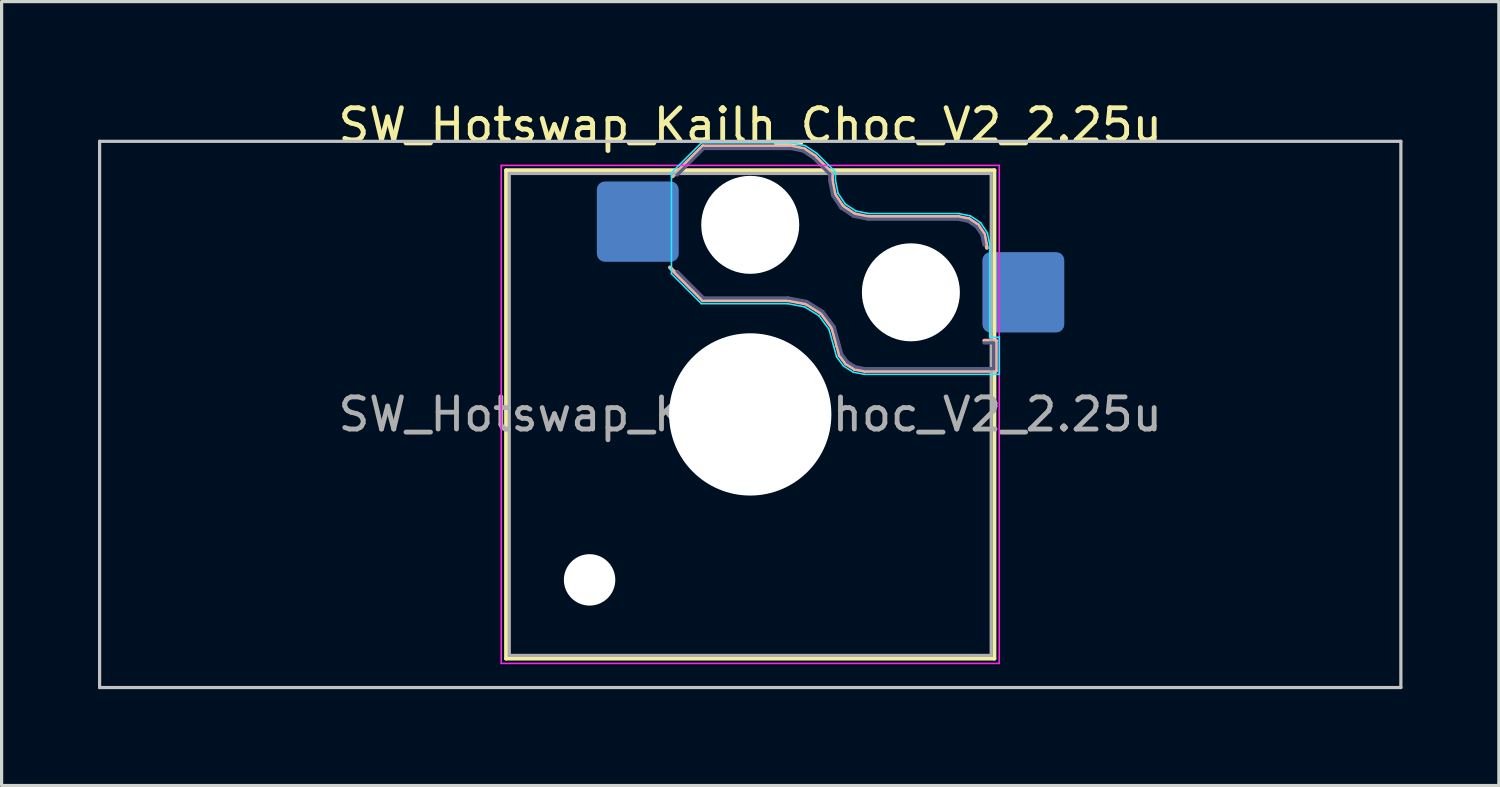
<source format=kicad_pcb>
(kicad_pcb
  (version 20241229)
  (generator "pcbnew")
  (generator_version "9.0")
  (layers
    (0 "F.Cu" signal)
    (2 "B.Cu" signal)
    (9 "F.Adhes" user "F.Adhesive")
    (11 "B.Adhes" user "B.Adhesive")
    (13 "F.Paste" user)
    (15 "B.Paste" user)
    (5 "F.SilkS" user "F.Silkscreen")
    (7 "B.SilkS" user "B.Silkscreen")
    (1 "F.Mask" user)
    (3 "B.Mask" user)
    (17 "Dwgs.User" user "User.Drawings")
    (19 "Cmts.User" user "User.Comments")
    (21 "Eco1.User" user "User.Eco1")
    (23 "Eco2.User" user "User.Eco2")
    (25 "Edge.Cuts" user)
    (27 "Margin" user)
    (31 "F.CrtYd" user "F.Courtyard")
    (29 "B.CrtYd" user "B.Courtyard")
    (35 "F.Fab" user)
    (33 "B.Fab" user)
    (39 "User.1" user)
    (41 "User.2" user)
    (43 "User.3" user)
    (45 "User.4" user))
  (footprint "SW_Hotswap_Kailh_Choc_V2_2.25u"
    (layer "F.Cu")
    (at 20.3 9.848)
    (property "Reference" "SW_Hotswap_Kailh_Choc_V2_2.25u" (at 0 -9 0) (layer "F.SilkS") (effects (font (size 1 1) (thickness 0.15))))
    (attr smd)
    (fp_line (start -7.6 -7.6) (end -7.6 7.6) (stroke (width 0.12) (type solid)) (layer "F.SilkS"))
    (fp_line (start -7.6 7.6) (end 7.6 7.6) (stroke (width 0.12) (type solid)) (layer "F.SilkS"))
    (fp_line (start 7.6 -7.6) (end -7.6 -7.6) (stroke (width 0.12) (type solid)) (layer "F.SilkS"))
    (fp_line (start 7.6 7.6) (end 7.6 -7.6) (stroke (width 0.12) (type solid)) (layer "F.SilkS"))
    (fp_line (start -2.416 -7.409) (end -1.479 -8.346) (stroke (width 0.12) (type solid)) (layer "B.SilkS"))
    (fp_line (start -1.479 -8.346) (end 1.268 -8.346) (stroke (width 0.12) (type solid)) (layer "B.SilkS"))
    (fp_line (start -1.479 -3.554) (end -2.5 -4.575) (stroke (width 0.12) (type solid)) (layer "B.SilkS"))
    (fp_line (start 1.168 -3.554) (end -1.479 -3.554) (stroke (width 0.12) (type solid)) (layer "B.SilkS"))
    (fp_line (start 1.268 -8.346) (end 1.671 -8.266) (stroke (width 0.12) (type solid)) (layer "B.SilkS"))
    (fp_line (start 1.671 -8.266) (end 2.013 -8.037) (stroke (width 0.12) (type solid)) (layer "B.SilkS"))
    (fp_line (start 1.73 -3.449) (end 1.168 -3.554) (stroke (width 0.12) (type solid)) (layer "B.SilkS"))
    (fp_line (start 2.013 -8.037) (end 2.546 -7.504) (stroke (width 0.12) (type solid)) (layer "B.SilkS"))
    (fp_line (start 2.209 -3.15) (end 1.73 -3.449) (stroke (width 0.12) (type solid)) (layer "B.SilkS"))
    (fp_line (start 2.546 -7.504) (end 2.546 -7.282) (stroke (width 0.12) (type solid)) (layer "B.SilkS"))
    (fp_line (start 2.546 -7.282) (end 2.633 -6.844) (stroke (width 0.12) (type solid)) (layer "B.SilkS"))
    (fp_line (start 2.547 -2.697) (end 2.209 -3.15) (stroke (width 0.12) (type solid)) (layer "B.SilkS"))
    (fp_line (start 2.633 -6.844) (end 2.877 -6.477) (stroke (width 0.12) (type solid)) (layer "B.SilkS"))
    (fp_line (start 2.701 -2.139) (end 2.547 -2.697) (stroke (width 0.12) (type solid)) (layer "B.SilkS"))
    (fp_line (start 2.783 -1.841) (end 2.701 -2.139) (stroke (width 0.12) (type solid)) (layer "B.SilkS"))
    (fp_line (start 2.877 -6.477) (end 3.244 -6.233) (stroke (width 0.12) (type solid)) (layer "B.SilkS"))
    (fp_line (start 2.976 -1.583) (end 2.783 -1.841) (stroke (width 0.12) (type solid)) (layer "B.SilkS"))
    (fp_line (start 3.244 -6.233) (end 3.682 -6.146) (stroke (width 0.12) (type solid)) (layer "B.SilkS"))
    (fp_line (start 3.25 -1.413) (end 2.976 -1.583) (stroke (width 0.12) (type solid)) (layer "B.SilkS"))
    (fp_line (start 3.56 -1.354) (end 3.25 -1.413) (stroke (width 0.12) (type solid)) (layer "B.SilkS"))
    (fp_line (start 3.682 -6.146) (end 6.482 -6.146) (stroke (width 0.12) (type solid)) (layer "B.SilkS"))
    (fp_line (start 6.482 -6.146) (end 6.809 -6.081) (stroke (width 0.12) (type solid)) (layer "B.SilkS"))
    (fp_line (start 6.809 -6.081) (end 7.092 -5.892) (stroke (width 0.12) (type solid)) (layer "B.SilkS"))
    (fp_line (start 7.092 -5.892) (end 7.281 -5.609) (stroke (width 0.12) (type solid)) (layer "B.SilkS"))
    (fp_line (start 7.281 -5.609) (end 7.366 -5.182) (stroke (width 0.12) (type solid)) (layer "B.SilkS"))
    (fp_line (start 7.283 -2.296) (end 7.646 -2.296) (stroke (width 0.12) (type solid)) (layer "B.SilkS"))
    (fp_line (start 7.646 -2.296) (end 7.646 -1.354) (stroke (width 0.12) (type solid)) (layer "B.SilkS"))
    (fp_line (start 7.646 -1.354) (end 3.56 -1.354) (stroke (width 0.12) (type solid)) (layer "B.SilkS"))
    (fp_line (start -20.25 -8.5) (end -20.25 8.5) (stroke (width 0.1) (type solid)) (layer "Dwgs.User"))
    (fp_line (start -20.25 8.5) (end 20.25 8.5) (stroke (width 0.1) (type solid)) (layer "Dwgs.User"))
    (fp_line (start 20.25 -8.5) (end -20.25 -8.5) (stroke (width 0.1) (type solid)) (layer "Dwgs.User"))
    (fp_line (start 20.25 8.5) (end 20.25 -8.5) (stroke (width 0.1) (type solid)) (layer "Dwgs.User"))
    (fp_line (start -7.25 -7.25) (end -7.25 7.25) (stroke (width 0.1) (type solid)) (layer "Eco1.User"))
    (fp_line (start -7.25 7.25) (end 7.25 7.25) (stroke (width 0.1) (type solid)) (layer "Eco1.User"))
    (fp_line (start 7.25 -7.25) (end -7.25 -7.25) (stroke (width 0.1) (type solid)) (layer "Eco1.User"))
    (fp_line (start 7.25 7.25) (end 7.25 -7.25) (stroke (width 0.1) (type solid)) (layer "Eco1.User"))
    (fp_line (start -2.452 -7.523) (end -1.523 -8.452) (stroke (width 0.05) (type solid)) (layer "B.CrtYd"))
    (fp_line (start -2.452 -4.377) (end -2.452 -7.523) (stroke (width 0.05) (type solid)) (layer "B.CrtYd"))
    (fp_line (start -1.523 -8.452) (end 1.278 -8.452) (stroke (width 0.05) (type solid)) (layer "B.CrtYd"))
    (fp_line (start -1.523 -3.448) (end -2.452 -4.377) (stroke (width 0.05) (type solid)) (layer "B.CrtYd"))
    (fp_line (start 1.159 -3.448) (end -1.523 -3.448) (stroke (width 0.05) (type solid)) (layer "B.CrtYd"))
    (fp_line (start 1.278 -8.452) (end 1.712 -8.366) (stroke (width 0.05) (type solid)) (layer "B.CrtYd"))
    (fp_line (start 1.691 -3.348) (end 1.159 -3.448) (stroke (width 0.05) (type solid)) (layer "B.CrtYd"))
    (fp_line (start 1.712 -8.366) (end 2.081 -8.119) (stroke (width 0.05) (type solid)) (layer "B.CrtYd"))
    (fp_line (start 2.081 -8.119) (end 2.652 -7.548) (stroke (width 0.05) (type solid)) (layer "B.CrtYd"))
    (fp_line (start 2.136 -3.071) (end 1.691 -3.348) (stroke (width 0.05) (type solid)) (layer "B.CrtYd"))
    (fp_line (start 2.45 -2.65) (end 2.136 -3.071) (stroke (width 0.05) (type solid)) (layer "B.CrtYd"))
    (fp_line (start 2.599 -2.111) (end 2.45 -2.65) (stroke (width 0.05) (type solid)) (layer "B.CrtYd"))
    (fp_line (start 2.652 -7.548) (end 2.652 -7.292) (stroke (width 0.05) (type solid)) (layer "B.CrtYd"))
    (fp_line (start 2.652 -7.292) (end 2.733 -6.885) (stroke (width 0.05) (type solid)) (layer "B.CrtYd"))
    (fp_line (start 2.687 -1.794) (end 2.599 -2.111) (stroke (width 0.05) (type solid)) (layer "B.CrtYd"))
    (fp_line (start 2.733 -6.885) (end 2.953 -6.553) (stroke (width 0.05) (type solid)) (layer "B.CrtYd"))
    (fp_line (start 2.903 -1.503) (end 2.687 -1.794) (stroke (width 0.05) (type solid)) (layer "B.CrtYd"))
    (fp_line (start 2.953 -6.553) (end 3.285 -6.333) (stroke (width 0.05) (type solid)) (layer "B.CrtYd"))
    (fp_line (start 3.211 -1.312) (end 2.903 -1.503) (stroke (width 0.05) (type solid)) (layer "B.CrtYd"))
    (fp_line (start 3.285 -6.333) (end 3.692 -6.252) (stroke (width 0.05) (type solid)) (layer "B.CrtYd"))
    (fp_line (start 3.55 -1.248) (end 3.211 -1.312) (stroke (width 0.05) (type solid)) (layer "B.CrtYd"))
    (fp_line (start 3.692 -6.252) (end 6.492 -6.252) (stroke (width 0.05) (type solid)) (layer "B.CrtYd"))
    (fp_line (start 6.492 -6.252) (end 6.85 -6.181) (stroke (width 0.05) (type solid)) (layer "B.CrtYd"))
    (fp_line (start 6.85 -6.181) (end 7.168 -5.968) (stroke (width 0.05) (type solid)) (layer "B.CrtYd"))
    (fp_line (start 7.168 -5.968) (end 7.381 -5.65) (stroke (width 0.05) (type solid)) (layer "B.CrtYd"))
    (fp_line (start 7.381 -5.65) (end 7.452 -5.292) (stroke (width 0.05) (type solid)) (layer "B.CrtYd"))
    (fp_line (start 7.452 -5.292) (end 7.452 -2.402) (stroke (width 0.05) (type solid)) (layer "B.CrtYd"))
    (fp_line (start 7.452 -2.402) (end 7.752 -2.402) (stroke (width 0.05) (type solid)) (layer "B.CrtYd"))
    (fp_line (start 7.752 -2.402) (end 7.752 -1.248) (stroke (width 0.05) (type solid)) (layer "B.CrtYd"))
    (fp_line (start 7.752 -1.248) (end 3.55 -1.248) (stroke (width 0.05) (type solid)) (layer "B.CrtYd"))
    (fp_line (start -7.75 -7.75) (end -7.75 7.75) (stroke (width 0.05) (type solid)) (layer "F.CrtYd"))
    (fp_line (start -7.75 7.75) (end 7.75 7.75) (stroke (width 0.05) (type solid)) (layer "F.CrtYd"))
    (fp_line (start 7.75 -7.75) (end -7.75 -7.75) (stroke (width 0.05) (type solid)) (layer "F.CrtYd"))
    (fp_line (start 7.75 7.75) (end 7.75 -7.75) (stroke (width 0.05) (type solid)) (layer "F.CrtYd"))
    (fp_line (start -2.275 -7.45) (end -1.45 -8.275) (stroke (width 0.1) (type solid)) (layer "B.Fab"))
    (fp_line (start -1.45 -8.275) (end 1.261 -8.275) (stroke (width 0.1) (type solid)) (layer "B.Fab"))
    (fp_line (start -1.45 -3.625) (end -2.275 -4.45) (stroke (width 0.1) (type solid)) (layer "B.Fab"))
    (fp_line (start 1.175 -3.625) (end -1.45 -3.625) (stroke (width 0.1) (type solid)) (layer "B.Fab"))
    (fp_line (start 1.261 -8.275) (end 1.643 -8.199) (stroke (width 0.1) (type solid)) (layer "B.Fab"))
    (fp_line (start 1.643 -8.199) (end 1.968 -7.982) (stroke (width 0.1) (type solid)) (layer "B.Fab"))
    (fp_line (start 1.756 -3.516) (end 1.175 -3.625) (stroke (width 0.1) (type solid)) (layer "B.Fab"))
    (fp_line (start 1.968 -7.982) (end 2.475 -7.475) (stroke (width 0.1) (type solid)) (layer "B.Fab"))
    (fp_line (start 2.258 -3.203) (end 1.756 -3.516) (stroke (width 0.1) (type solid)) (layer "B.Fab"))
    (fp_line (start 2.475 -7.475) (end 2.475 -7.275) (stroke (width 0.1) (type solid)) (layer "B.Fab"))
    (fp_line (start 2.475 -7.275) (end 2.566 -6.816) (stroke (width 0.1) (type solid)) (layer "B.Fab"))
    (fp_line (start 2.566 -6.816) (end 2.826 -6.426) (stroke (width 0.1) (type solid)) (layer "B.Fab"))
    (fp_line (start 2.612 -2.729) (end 2.258 -3.203) (stroke (width 0.1) (type solid)) (layer "B.Fab"))
    (fp_line (start 2.769 -2.158) (end 2.612 -2.729) (stroke (width 0.1) (type solid)) (layer "B.Fab"))
    (fp_line (start 2.826 -6.426) (end 3.216 -6.166) (stroke (width 0.1) (type solid)) (layer "B.Fab"))
    (fp_line (start 2.848 -1.873) (end 2.769 -2.158) (stroke (width 0.1) (type solid)) (layer "B.Fab"))
    (fp_line (start 3.025 -1.636) (end 2.848 -1.873) (stroke (width 0.1) (type solid)) (layer "B.Fab"))
    (fp_line (start 3.216 -6.166) (end 3.675 -6.075) (stroke (width 0.1) (type solid)) (layer "B.Fab"))
    (fp_line (start 3.276 -1.48) (end 3.025 -1.636) (stroke (width 0.1) (type solid)) (layer "B.Fab"))
    (fp_line (start 3.567 -1.425) (end 3.276 -1.48) (stroke (width 0.1) (type solid)) (layer "B.Fab"))
    (fp_line (start 3.675 -6.075) (end 6.475 -6.075) (stroke (width 0.1) (type solid)) (layer "B.Fab"))
    (fp_line (start 6.475 -6.075) (end 6.781 -6.014) (stroke (width 0.1) (type solid)) (layer "B.Fab"))
    (fp_line (start 6.781 -6.014) (end 7.041 -5.841) (stroke (width 0.1) (type solid)) (layer "B.Fab"))
    (fp_line (start 7.041 -5.841) (end 7.214 -5.581) (stroke (width 0.1) (type solid)) (layer "B.Fab"))
    (fp_line (start 7.214 -5.581) (end 7.275 -5.275) (stroke (width 0.1) (type solid)) (layer "B.Fab"))
    (fp_line (start 7.275 -2.225) (end 7.575 -2.225) (stroke (width 0.1) (type solid)) (layer "B.Fab"))
    (fp_line (start 7.575 -2.225) (end 7.575 -1.425) (stroke (width 0.1) (type solid)) (layer "B.Fab"))
    (fp_line (start 7.575 -1.425) (end 3.567 -1.425) (stroke (width 0.1) (type solid)) (layer "B.Fab"))
    (fp_line (start -7.5 -7.5) (end -7.5 7.5) (stroke (width 0.1) (type solid)) (layer "F.Fab"))
    (fp_line (start -7.5 7.5) (end 7.5 7.5) (stroke (width 0.1) (type solid)) (layer "F.Fab"))
    (fp_line (start 7.5 -7.5) (end -7.5 -7.5) (stroke (width 0.1) (type solid)) (layer "F.Fab"))
    (fp_line (start 7.5 7.5) (end 7.5 -7.5) (stroke (width 0.1) (type solid)) (layer "F.Fab"))
    (fp_text user "${REFERENCE}" (at 0 0 0) (layer "F.Fab") (effects (font (size 1 1) (thickness 0.15))))
    (pad "" np_thru_hole circle (at -5 5.15) (size 1.6 1.6) (drill 1.6) (layers "*.Cu" "*.Mask"))
    (pad "" np_thru_hole circle (at 0 -5.9) (size 3.05 3.05) (drill 3.05) (layers "*.Cu" "*.Mask"))
    (pad "" np_thru_hole circle (at 0 0) (size 5.05 5.05) (drill 5.05) (layers "*.Cu" "*.Mask"))
    (pad "" np_thru_hole circle (at 5 -3.8) (size 3.05 3.05) (drill 3.05) (layers "*.Cu" "*.Mask"))
    (pad "1" smd roundrect (at -3.5 -6) (size 2.55 2.5) (layers "B.Cu" "B.Mask" "B.Paste") (roundrect_rratio 0.1))
    (pad "2" smd roundrect (at 8.5 -3.8) (size 2.55 2.5) (layers "B.Cu" "B.Mask" "B.Paste") (roundrect_rratio 0.1)))
  (gr_rect
    (start -3 -3)
    (end 43.6 21.398)
    (stroke (width 0.1) (type default))
    (fill no)
    (layer "Edge.Cuts")))
</source>
